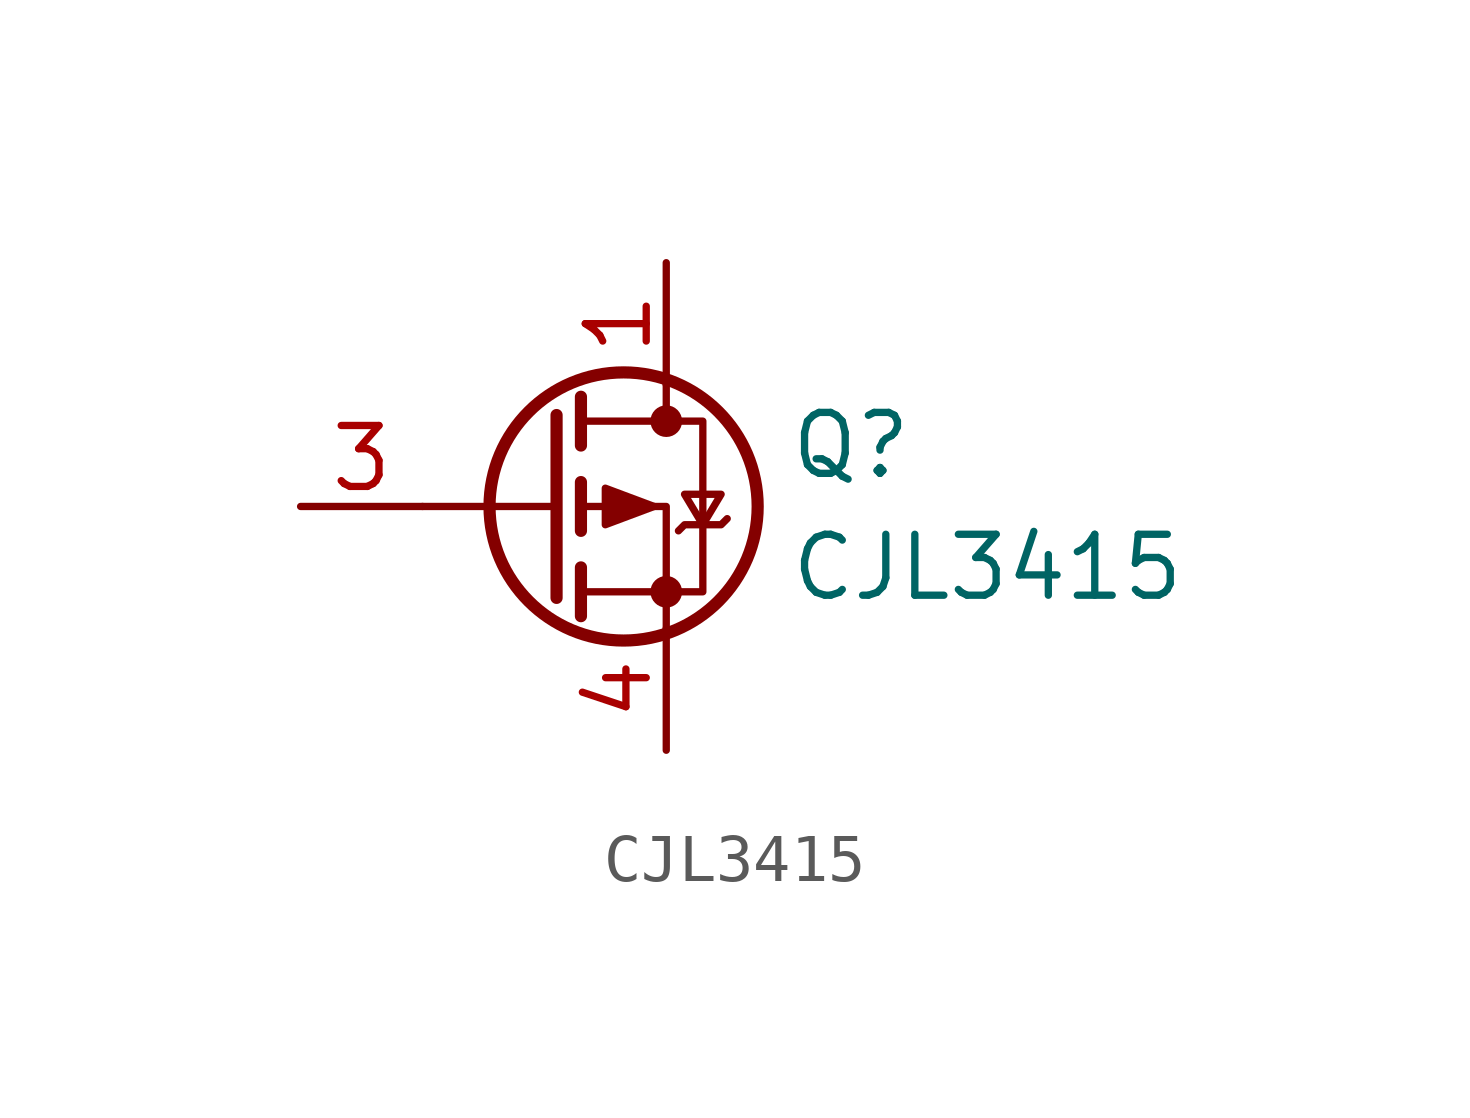
<source format=kicad_sym>
(kicad_symbol_lib
  (version 20211014)
  (generator kicad_symbol_editor)
  (symbol "CJL3415"
    (pin_names
      (offset 0) hide)
    (property "Reference" "Q"
      (at 5.08 1.27 0)
      (effects (font (size 1.27 1.27)) (justify left)))
    (property "Value" "CJL3415"
      (at 5.08 -1.27 0)
      (effects (font (size 1.27 1.27)) (justify left)))
    (symbol "CJL3415_0_1"
      (polyline (pts (xy 0.254 0) (xy -2.54 0)) (stroke (width 0) (type default) (color 0 0 0 0)) (fill (type none)))
      (polyline (pts (xy 0.254 1.905) (xy 0.254 -1.905)) (stroke (width 0.254) (type default) (color 0 0 0 0)) (fill (type none)))
      (polyline (pts (xy 0.762 -1.27) (xy 0.762 -2.286)) (stroke (width 0.254) (type default) (color 0 0 0 0)) (fill (type none)))
      (polyline (pts (xy 0.762 0.508) (xy 0.762 -0.508)) (stroke (width 0.254) (type default) (color 0 0 0 0)) (fill (type none)))
      (polyline (pts (xy 0.762 2.286) (xy 0.762 1.27)) (stroke (width 0.254) (type default) (color 0 0 0 0)) (fill (type none)))
      (polyline (pts (xy 2.54 2.54) (xy 2.54 1.778)) (stroke (width 0) (type default) (color 0 0 0 0)) (fill (type none)))
      (polyline (pts (xy 2.54 -2.54) (xy 2.54 0) (xy 0.762 0)) (stroke (width 0) (type default) (color 0 0 0 0)) (fill (type none)))
      (polyline (pts (xy 0.762 1.778) (xy 3.302 1.778) (xy 3.302 -1.778) (xy 0.762 -1.778)) (stroke (width 0) (type default) (color 0 0 0 0)) (fill (type none)))
      (polyline (pts (xy 2.286 0) (xy 1.27 0.381) (xy 1.27 -0.381) (xy 2.286 0)) (stroke (width 0) (type default) (color 0 0 0 0)) (fill (type outline)))
      (polyline (pts (xy 2.794 -0.508) (xy 2.921 -0.381) (xy 3.683 -0.381) (xy 3.81 -0.254)) (stroke (width 0) (type default) (color 0 0 0 0)) (fill (type none)))
      (polyline (pts (xy 3.302 -0.381) (xy 2.921 0.254) (xy 3.683 0.254) (xy 3.302 -0.381)) (stroke (width 0) (type default) (color 0 0 0 0)) (fill (type none)))
      (circle (center 1.651 0) (radius 2.794) (stroke (width 0.254) (type default) (color 0 0 0 0)) (fill (type none)))
      (circle (center 2.54 -1.778) (radius 0.254) (stroke (width 0) (type default) (color 0 0 0 0)) (fill (type outline)))
      (circle (center 2.54 1.778) (radius 0.254) (stroke (width 0) (type default) (color 0 0 0 0)) (fill (type outline))))
    (symbol "CJL3415_1_1"
      (pin passive line (at 2.54 5.08 270) (length 2.54) (name "D" (effects (font (size 1.27 1.27)))) (number "1" (effects (font (size 1.27 1.27)))))
      (pin passive line (at 2.54 5.08 270) (length 2.54) hide (name "D" (effects (font (size 1.27 1.27)))) (number "2" (effects (font (size 1.27 1.27)))))
      (pin input line (at -5.08 0 0) (length 2.54) (name "G" (effects (font (size 1.27 1.27)))) (number "3" (effects (font (size 1.27 1.27)))))
      (pin passive line (at 2.54 -5.08 90) (length 2.54) (name "S" (effects (font (size 1.27 1.27)))) (number "4" (effects (font (size 1.27 1.27)))))
      (pin passive line (at 2.54 5.08 270) (length 2.54) hide (name "D" (effects (font (size 1.27 1.27)))) (number "5" (effects (font (size 1.27 1.27)))))
      (pin passive line (at 2.54 5.08 270) (length 2.54) hide (name "D" (effects (font (size 1.27 1.27)))) (number "6" (effects (font (size 1.27 1.27))))))))
</source>
